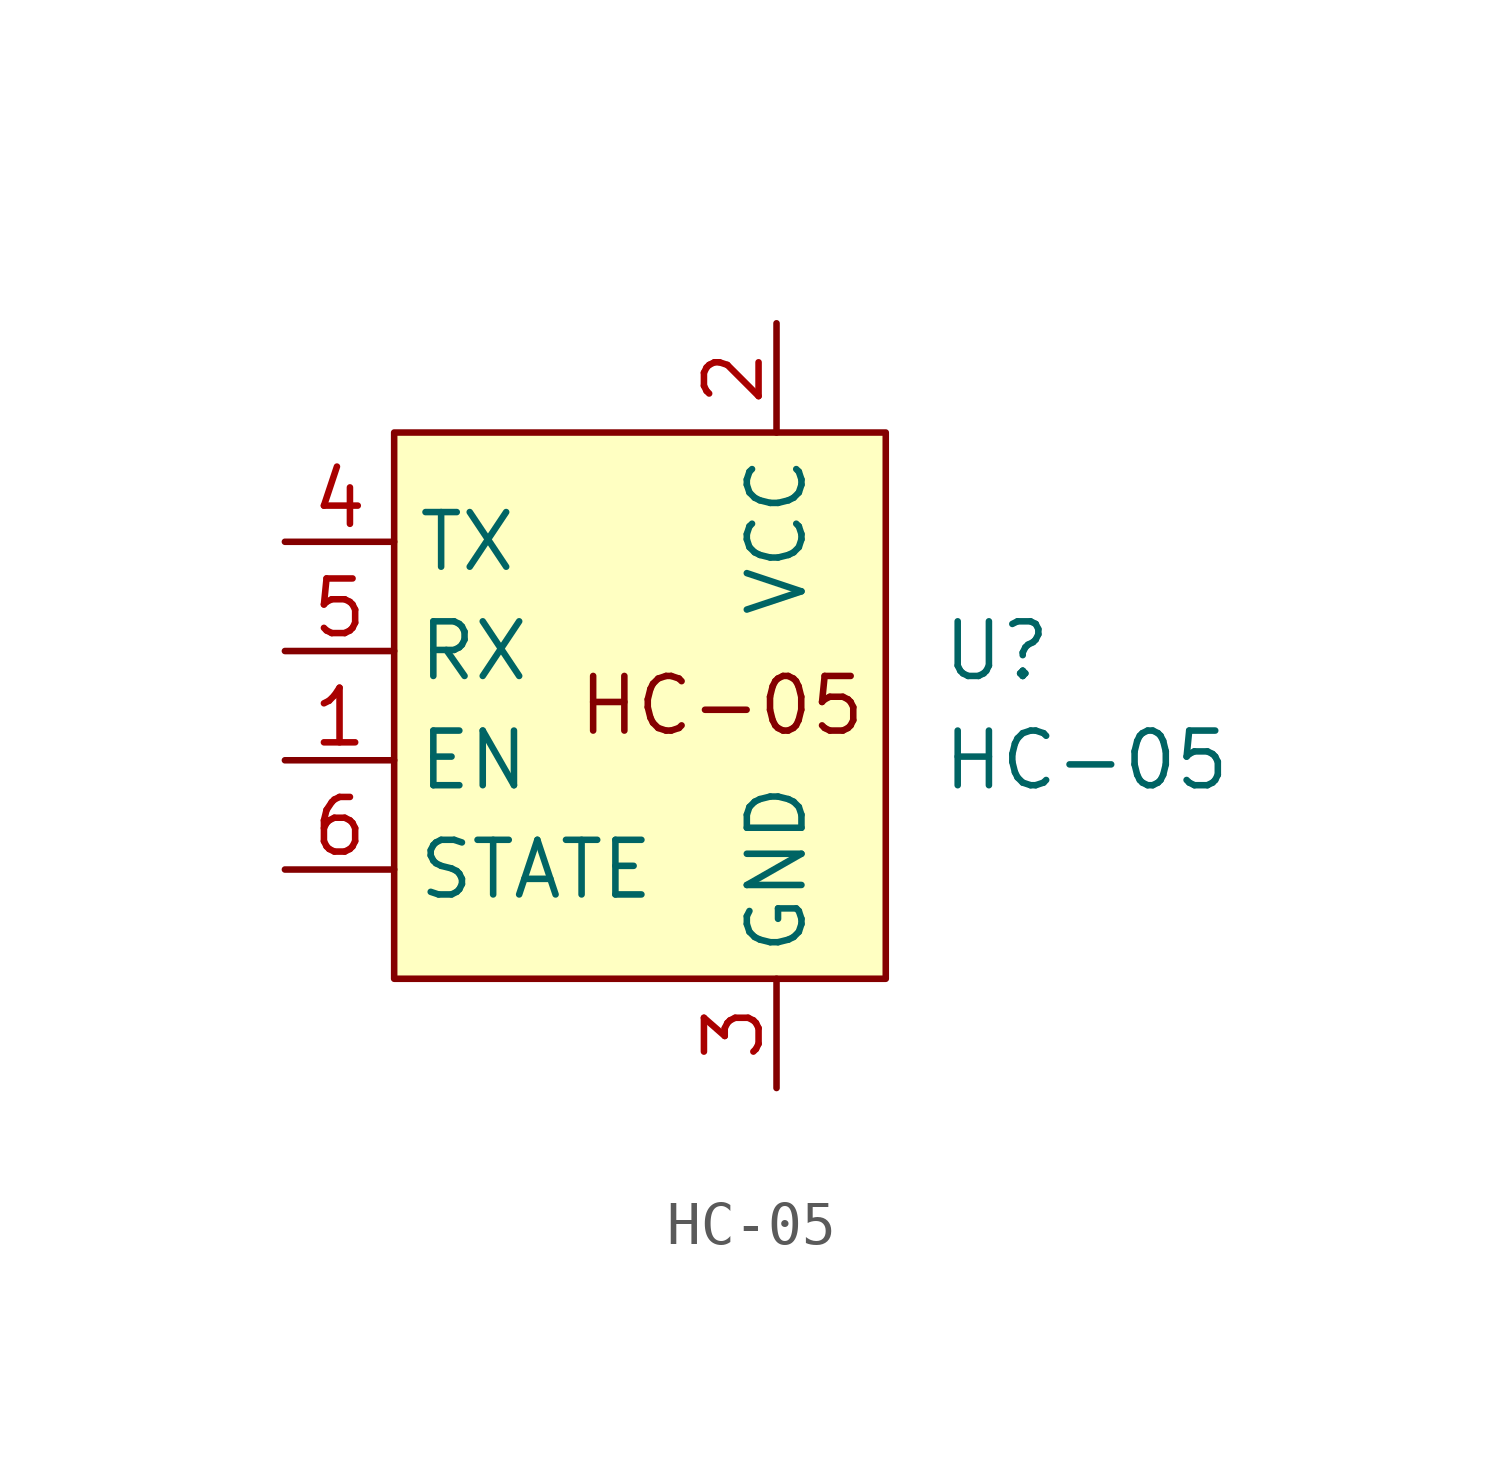
<source format=kicad_sym>
(kicad_symbol_lib
  (version 20220914)
  (generator kicad_symbol_editor)
  (symbol "HC-05"
    (property "Reference" "U"
      (at 7.62 1.27 0)
      (effects (font (size 1.27 1.27)) (justify left)))
    (property "Value" "HC-05"
      (at 7.62 -1.27 0)
      (effects (font (size 1.27 1.27)) (justify left)))
    (property "Datasheet" ""
      (at -2.54 10.16 0)
      (effects (font (size 1.27 1.27))))
    (symbol "HC-05_1_1"
      (rectangle (start -5.08 6.35) (end 6.35 -6.35) (stroke (width 0) (type default)) (fill (type background)))
      (text "HC-05" (at 2.54 0 0) (effects (font (size 1.27 1.27))))
      (pin input line (at -7.62 -1.27 0) (length 2.54) (name "EN" (effects (font (size 1.27 1.27)))) (number "1" (effects (font (size 1.27 1.27)))))
      (pin power_in line (at 3.81 8.89 270) (length 2.54) (name "VCC" (effects (font (size 1.27 1.27)))) (number "2" (effects (font (size 1.27 1.27)))))
      (pin power_in line (at 3.81 -8.89 90) (length 2.54) (name "GND" (effects (font (size 1.27 1.27)))) (number "3" (effects (font (size 1.27 1.27)))))
      (pin output line (at -7.62 3.81 0) (length 2.54) (name "TX" (effects (font (size 1.27 1.27)))) (number "4" (effects (font (size 1.27 1.27)))))
      (pin input line (at -7.62 1.27 0) (length 2.54) (name "RX" (effects (font (size 1.27 1.27)))) (number "5" (effects (font (size 1.27 1.27)))))
      (pin output line (at -7.62 -3.81 0) (length 2.54) (name "STATE" (effects (font (size 1.27 1.27)))) (number "6" (effects (font (size 1.27 1.27))))))))
</source>
